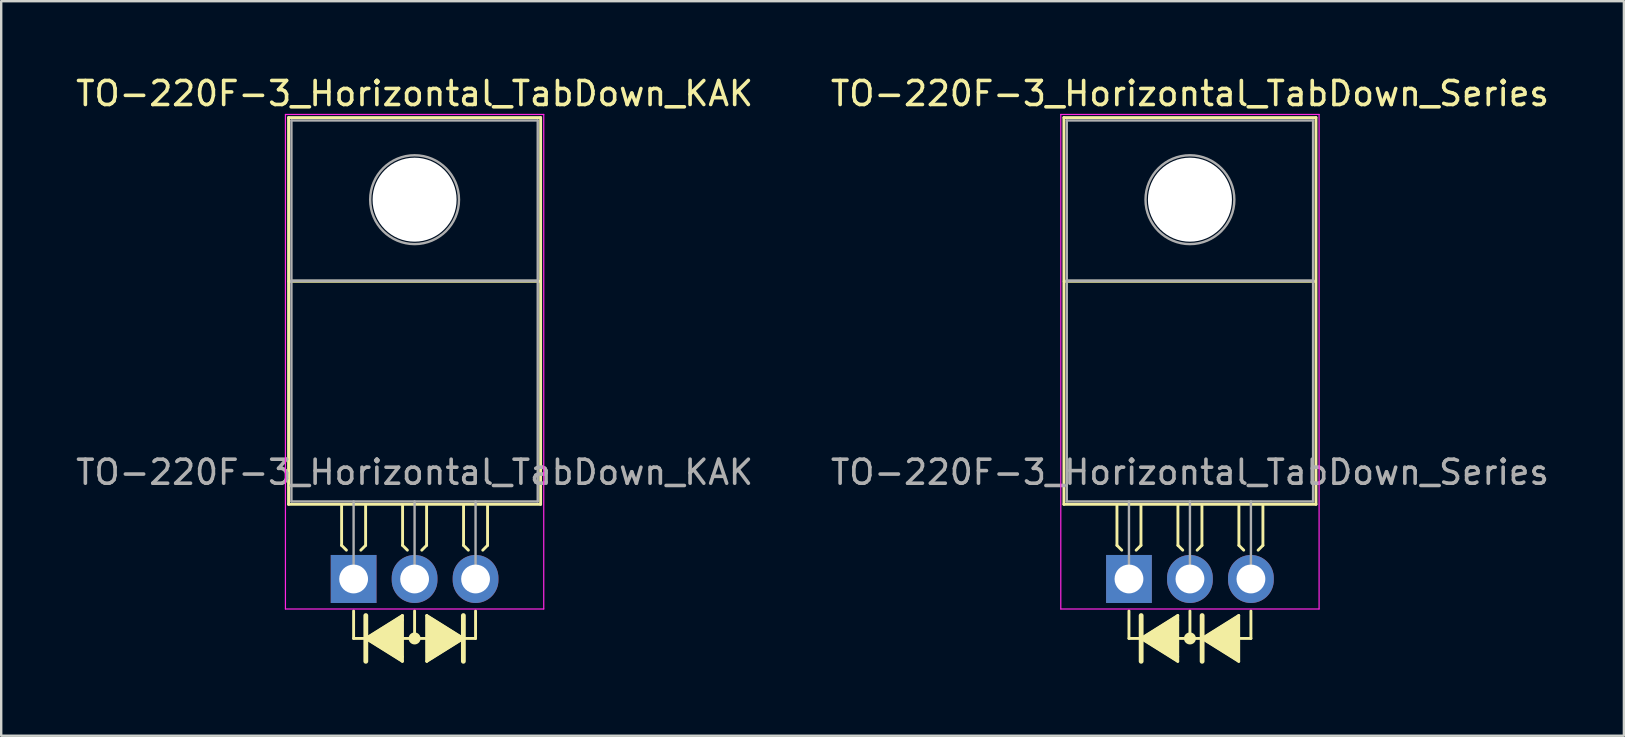
<source format=kicad_pcb>
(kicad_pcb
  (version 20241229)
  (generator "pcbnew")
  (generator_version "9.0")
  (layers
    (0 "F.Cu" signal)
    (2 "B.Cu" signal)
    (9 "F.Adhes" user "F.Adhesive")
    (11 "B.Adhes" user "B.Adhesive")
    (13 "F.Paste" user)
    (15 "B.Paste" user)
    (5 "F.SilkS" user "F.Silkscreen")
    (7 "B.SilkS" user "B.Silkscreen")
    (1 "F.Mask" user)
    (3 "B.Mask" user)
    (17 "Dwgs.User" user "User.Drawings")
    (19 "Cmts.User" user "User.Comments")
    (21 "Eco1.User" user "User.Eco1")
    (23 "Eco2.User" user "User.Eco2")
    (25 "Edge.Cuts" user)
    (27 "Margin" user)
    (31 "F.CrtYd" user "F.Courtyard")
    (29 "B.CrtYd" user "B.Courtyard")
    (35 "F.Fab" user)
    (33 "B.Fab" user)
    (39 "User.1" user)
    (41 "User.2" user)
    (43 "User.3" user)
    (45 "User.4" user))
  (footprint "TO-220F-3_Horizontal_TabDown_Series"
    (layer "F.Cu")
    (at 43.978 21.068)
    (property "Reference" "TO-220F-3_Horizontal_TabDown_Series" (at 2.54 -20.22 0) (layer "F.SilkS") (effects (font (size 1 1) (thickness 0.15))))
    (attr through_hole)
    (fp_line (start -2.71 -19.22) (end -2.71 -3.11) (stroke (width 0.12) (type solid)) (layer "F.SilkS"))
    (fp_line (start -2.71 -19.22) (end 7.79 -19.22) (stroke (width 0.12) (type solid)) (layer "F.SilkS"))
    (fp_line (start -2.71 -3.11) (end 7.79 -3.11) (stroke (width 0.12) (type solid)) (layer "F.SilkS"))
    (fp_line (start -2.7 -12.4) (end 7.75 -12.4) (stroke (width 0.12) (type solid)) (layer "F.SilkS"))
    (fp_line (start -0.5 -3.048) (end -0.5 -1.4) (stroke (width 0.12) (type solid)) (layer "F.SilkS"))
    (fp_line (start -0.5 -1.4) (end -0.3 -1.2) (stroke (width 0.12) (type solid)) (layer "F.SilkS"))
    (fp_line (start 0 1.333) (end 0 2.477) (stroke (width 0.12) (type solid)) (layer "F.SilkS"))
    (fp_line (start 0 2.477) (end 0.508 2.477) (stroke (width 0.12) (type solid)) (layer "F.SilkS"))
    (fp_line (start 0.5 -3.048) (end 0.5 -1.4) (stroke (width 0.12) (type solid)) (layer "F.SilkS"))
    (fp_line (start 0.5 -1.4) (end 0.3 -1.2) (stroke (width 0.12) (type solid)) (layer "F.SilkS"))
    (fp_line (start 0.508 1.524) (end 0.508 3.429) (stroke (width 0.2) (type solid)) (layer "F.SilkS"))
    (fp_line (start 0.508 2.477) (end 2.032 1.524) (stroke (width 0.12) (type solid)) (layer "F.SilkS"))
    (fp_line (start 0.508 2.477) (end 2.032 3.429) (stroke (width 0.12) (type solid)) (layer "F.SilkS"))
    (fp_line (start 2.032 1.714) (end 2.032 1.524) (stroke (width 0.12) (type solid)) (layer "F.SilkS"))
    (fp_line (start 2.032 3.239) (end 2.032 1.714) (stroke (width 0.12) (type solid)) (layer "F.SilkS"))
    (fp_line (start 2.032 3.239) (end 2.032 3.429) (stroke (width 0.12) (type solid)) (layer "F.SilkS"))
    (fp_line (start 2.04 -3.048) (end 2.04 -1.4) (stroke (width 0.12) (type solid)) (layer "F.SilkS"))
    (fp_line (start 2.04 -1.4) (end 2.24 -1.2) (stroke (width 0.12) (type solid)) (layer "F.SilkS"))
    (fp_line (start 2.54 1.333) (end 2.54 2.477) (stroke (width 0.12) (type solid)) (layer "F.SilkS"))
    (fp_line (start 2.54 2.477) (end 2.032 2.477) (stroke (width 0.12) (type solid)) (layer "F.SilkS"))
    (fp_line (start 2.54 2.477) (end 3.048 2.477) (stroke (width 0.12) (type solid)) (layer "F.SilkS"))
    (fp_line (start 3.04 -3.048) (end 3.04 -1.4) (stroke (width 0.12) (type solid)) (layer "F.SilkS"))
    (fp_line (start 3.04 -1.4) (end 2.84 -1.2) (stroke (width 0.12) (type solid)) (layer "F.SilkS"))
    (fp_line (start 3.048 1.524) (end 3.048 3.429) (stroke (width 0.2) (type solid)) (layer "F.SilkS"))
    (fp_line (start 3.048 2.477) (end 4.572 3.429) (stroke (width 0.12) (type solid)) (layer "F.SilkS"))
    (fp_line (start 4.572 1.524) (end 3.048 2.477) (stroke (width 0.12) (type solid)) (layer "F.SilkS"))
    (fp_line (start 4.572 3.429) (end 4.572 1.524) (stroke (width 0.12) (type solid)) (layer "F.SilkS"))
    (fp_line (start 4.58 -3.048) (end 4.58 -1.4) (stroke (width 0.12) (type solid)) (layer "F.SilkS"))
    (fp_line (start 4.58 -1.4) (end 4.78 -1.2) (stroke (width 0.12) (type solid)) (layer "F.SilkS"))
    (fp_line (start 5.08 1.333) (end 5.08 2.477) (stroke (width 0.12) (type solid)) (layer "F.SilkS"))
    (fp_line (start 5.08 2.477) (end 4.572 2.477) (stroke (width 0.12) (type solid)) (layer "F.SilkS"))
    (fp_line (start 5.58 -3.048) (end 5.58 -1.4) (stroke (width 0.12) (type solid)) (layer "F.SilkS"))
    (fp_line (start 5.58 -1.4) (end 5.38 -1.2) (stroke (width 0.12) (type solid)) (layer "F.SilkS"))
    (fp_line (start 7.79 -19.22) (end 7.79 -3.11) (stroke (width 0.12) (type solid)) (layer "F.SilkS"))
    (fp_circle (center 2.54 2.477) (end 2.54 2.54) (stroke (width 0.12) (type solid)) (fill no) (layer "F.SilkS"))
    (fp_circle (center 2.54 2.477) (end 2.54 2.603) (stroke (width 0.12) (type solid)) (fill no) (layer "F.SilkS"))
    (fp_circle (center 2.54 2.477) (end 2.54 2.667) (stroke (width 0.12) (type solid)) (fill no) (layer "F.SilkS"))
    (fp_poly (pts (xy 0.508 2.477) (xy 2.032 1.524) (xy 2.032 3.429)) (stroke (width 0.1) (type solid)) (fill yes) (layer "F.SilkS"))
    (fp_poly (pts (xy 4.572 3.429) (xy 3.048 2.477) (xy 4.572 1.524)) (stroke (width 0.1) (type solid)) (fill yes) (layer "F.SilkS"))
    (fp_line (start -2.84 -19.35) (end -2.84 1.25) (stroke (width 0.05) (type solid)) (layer "F.CrtYd"))
    (fp_line (start -2.84 1.25) (end 7.92 1.25) (stroke (width 0.05) (type solid)) (layer "F.CrtYd"))
    (fp_line (start 7.92 -19.35) (end -2.84 -19.35) (stroke (width 0.05) (type solid)) (layer "F.CrtYd"))
    (fp_line (start 7.92 1.25) (end 7.92 -19.35) (stroke (width 0.05) (type solid)) (layer "F.CrtYd"))
    (fp_line (start -2.59 -19.1) (end 7.67 -19.1) (stroke (width 0.1) (type solid)) (layer "F.Fab"))
    (fp_line (start -2.59 -12.42) (end -2.59 -19.1) (stroke (width 0.1) (type solid)) (layer "F.Fab"))
    (fp_line (start -2.59 -12.42) (end 7.67 -12.42) (stroke (width 0.1) (type solid)) (layer "F.Fab"))
    (fp_line (start -2.59 -3.23) (end -2.59 -12.42) (stroke (width 0.1) (type solid)) (layer "F.Fab"))
    (fp_line (start 0 -3.23) (end 0 0) (stroke (width 0.1) (type solid)) (layer "F.Fab"))
    (fp_line (start 2.54 -3.23) (end 2.54 0) (stroke (width 0.1) (type solid)) (layer "F.Fab"))
    (fp_line (start 5.08 -3.23) (end 5.08 0) (stroke (width 0.1) (type solid)) (layer "F.Fab"))
    (fp_line (start 7.67 -19.1) (end 7.67 -12.42) (stroke (width 0.1) (type solid)) (layer "F.Fab"))
    (fp_line (start 7.67 -12.42) (end -2.59 -12.42) (stroke (width 0.1) (type solid)) (layer "F.Fab"))
    (fp_line (start 7.67 -12.42) (end 7.67 -3.23) (stroke (width 0.1) (type solid)) (layer "F.Fab"))
    (fp_line (start 7.67 -3.23) (end -2.59 -3.23) (stroke (width 0.1) (type solid)) (layer "F.Fab"))
    (fp_circle (center 2.54 -15.8) (end 4.39 -15.8) (stroke (width 0.1) (type solid)) (fill no) (layer "F.Fab"))
    (fp_text user "${REFERENCE}" (at 2.54 -4.445 0) (layer "F.Fab") (effects (font (size 1 1) (thickness 0.15))))
    (pad "" np_thru_hole oval (at 2.54 -15.8) (size 3.5 3.5) (drill 3.5) (layers "*.Cu" "*.Mask"))
    (pad "1" thru_hole rect (at 0 0) (size 1.905 2) (drill 1.2) (layers "*.Cu" "*.Mask"))
    (pad "2" thru_hole oval (at 2.54 0) (size 1.905 2) (drill 1.2) (layers "*.Cu" "*.Mask"))
    (pad "3" thru_hole oval (at 5.08 0) (size 1.905 2) (drill 1.2) (layers "*.Cu" "*.Mask")))
  (footprint "TO-220F-3_Horizontal_TabDown_KAK"
    (layer "F.Cu")
    (at 11.68 21.068)
    (property "Reference" "TO-220F-3_Horizontal_TabDown_KAK" (at 2.54 -20.22 0) (layer "F.SilkS") (effects (font (size 1 1) (thickness 0.15))))
    (attr through_hole)
    (fp_line (start -2.71 -19.22) (end -2.71 -3.11) (stroke (width 0.12) (type solid)) (layer "F.SilkS"))
    (fp_line (start -2.71 -19.22) (end 7.79 -19.22) (stroke (width 0.12) (type solid)) (layer "F.SilkS"))
    (fp_line (start -2.71 -3.11) (end 7.79 -3.11) (stroke (width 0.12) (type solid)) (layer "F.SilkS"))
    (fp_line (start -2.7 -12.4) (end 7.75 -12.4) (stroke (width 0.12) (type solid)) (layer "F.SilkS"))
    (fp_line (start -0.5 -3.048) (end -0.5 -1.4) (stroke (width 0.12) (type solid)) (layer "F.SilkS"))
    (fp_line (start -0.5 -1.4) (end -0.3 -1.2) (stroke (width 0.12) (type solid)) (layer "F.SilkS"))
    (fp_line (start 0 1.333) (end 0 2.477) (stroke (width 0.12) (type solid)) (layer "F.SilkS"))
    (fp_line (start 0 2.477) (end 0.508 2.477) (stroke (width 0.12) (type solid)) (layer "F.SilkS"))
    (fp_line (start 0.5 -3.048) (end 0.5 -1.4) (stroke (width 0.12) (type solid)) (layer "F.SilkS"))
    (fp_line (start 0.5 -1.4) (end 0.3 -1.2) (stroke (width 0.12) (type solid)) (layer "F.SilkS"))
    (fp_line (start 0.508 1.524) (end 0.508 3.429) (stroke (width 0.2) (type solid)) (layer "F.SilkS"))
    (fp_line (start 0.508 2.477) (end 2.032 1.524) (stroke (width 0.12) (type solid)) (layer "F.SilkS"))
    (fp_line (start 0.508 2.477) (end 2.032 3.429) (stroke (width 0.12) (type solid)) (layer "F.SilkS"))
    (fp_line (start 2.032 1.714) (end 2.032 1.524) (stroke (width 0.12) (type solid)) (layer "F.SilkS"))
    (fp_line (start 2.032 3.239) (end 2.032 1.714) (stroke (width 0.12) (type solid)) (layer "F.SilkS"))
    (fp_line (start 2.032 3.239) (end 2.032 3.429) (stroke (width 0.12) (type solid)) (layer "F.SilkS"))
    (fp_line (start 2.04 -3.048) (end 2.04 -1.4) (stroke (width 0.12) (type solid)) (layer "F.SilkS"))
    (fp_line (start 2.04 -1.4) (end 2.24 -1.2) (stroke (width 0.12) (type solid)) (layer "F.SilkS"))
    (fp_line (start 2.54 1.333) (end 2.54 2.477) (stroke (width 0.12) (type solid)) (layer "F.SilkS"))
    (fp_line (start 2.54 2.477) (end 2.032 2.477) (stroke (width 0.12) (type solid)) (layer "F.SilkS"))
    (fp_line (start 2.54 2.477) (end 3.048 2.477) (stroke (width 0.12) (type solid)) (layer "F.SilkS"))
    (fp_line (start 3.04 -3.048) (end 3.04 -1.4) (stroke (width 0.12) (type solid)) (layer "F.SilkS"))
    (fp_line (start 3.04 -1.4) (end 2.84 -1.2) (stroke (width 0.12) (type solid)) (layer "F.SilkS"))
    (fp_line (start 3.048 1.524) (end 3.048 3.429) (stroke (width 0.12) (type solid)) (layer "F.SilkS"))
    (fp_line (start 3.048 3.429) (end 4.572 2.477) (stroke (width 0.12) (type solid)) (layer "F.SilkS"))
    (fp_line (start 4.572 2.477) (end 3.048 1.524) (stroke (width 0.12) (type solid)) (layer "F.SilkS"))
    (fp_line (start 4.572 3.429) (end 4.572 1.524) (stroke (width 0.2) (type solid)) (layer "F.SilkS"))
    (fp_line (start 4.58 -3.048) (end 4.58 -1.4) (stroke (width 0.12) (type solid)) (layer "F.SilkS"))
    (fp_line (start 4.58 -1.4) (end 4.78 -1.2) (stroke (width 0.12) (type solid)) (layer "F.SilkS"))
    (fp_line (start 5.08 1.333) (end 5.08 2.477) (stroke (width 0.12) (type solid)) (layer "F.SilkS"))
    (fp_line (start 5.08 2.477) (end 4.572 2.477) (stroke (width 0.12) (type solid)) (layer "F.SilkS"))
    (fp_line (start 5.58 -3.048) (end 5.58 -1.4) (stroke (width 0.12) (type solid)) (layer "F.SilkS"))
    (fp_line (start 5.58 -1.4) (end 5.38 -1.2) (stroke (width 0.12) (type solid)) (layer "F.SilkS"))
    (fp_line (start 7.79 -19.22) (end 7.79 -3.11) (stroke (width 0.12) (type solid)) (layer "F.SilkS"))
    (fp_circle (center 2.54 2.477) (end 2.54 2.54) (stroke (width 0.12) (type solid)) (fill no) (layer "F.SilkS"))
    (fp_circle (center 2.54 2.477) (end 2.54 2.603) (stroke (width 0.12) (type solid)) (fill no) (layer "F.SilkS"))
    (fp_circle (center 2.54 2.477) (end 2.54 2.667) (stroke (width 0.12) (type solid)) (fill no) (layer "F.SilkS"))
    (fp_poly (pts (xy 0.508 2.477) (xy 2.032 1.524) (xy 2.032 3.429)) (stroke (width 0.1) (type solid)) (fill yes) (layer "F.SilkS"))
    (fp_poly (pts (xy 3.048 1.524) (xy 4.572 2.477) (xy 3.048 3.429)) (stroke (width 0.1) (type solid)) (fill yes) (layer "F.SilkS"))
    (fp_line (start -2.84 -19.35) (end -2.84 1.25) (stroke (width 0.05) (type solid)) (layer "F.CrtYd"))
    (fp_line (start -2.84 1.25) (end 7.92 1.25) (stroke (width 0.05) (type solid)) (layer "F.CrtYd"))
    (fp_line (start 7.92 -19.35) (end -2.84 -19.35) (stroke (width 0.05) (type solid)) (layer "F.CrtYd"))
    (fp_line (start 7.92 1.25) (end 7.92 -19.35) (stroke (width 0.05) (type solid)) (layer "F.CrtYd"))
    (fp_line (start -2.59 -19.1) (end 7.67 -19.1) (stroke (width 0.1) (type solid)) (layer "F.Fab"))
    (fp_line (start -2.59 -12.42) (end -2.59 -19.1) (stroke (width 0.1) (type solid)) (layer "F.Fab"))
    (fp_line (start -2.59 -12.42) (end 7.67 -12.42) (stroke (width 0.1) (type solid)) (layer "F.Fab"))
    (fp_line (start -2.59 -3.23) (end -2.59 -12.42) (stroke (width 0.1) (type solid)) (layer "F.Fab"))
    (fp_line (start 0 -3.23) (end 0 0) (stroke (width 0.1) (type solid)) (layer "F.Fab"))
    (fp_line (start 2.54 -3.23) (end 2.54 0) (stroke (width 0.1) (type solid)) (layer "F.Fab"))
    (fp_line (start 5.08 -3.23) (end 5.08 0) (stroke (width 0.1) (type solid)) (layer "F.Fab"))
    (fp_line (start 7.67 -19.1) (end 7.67 -12.42) (stroke (width 0.1) (type solid)) (layer "F.Fab"))
    (fp_line (start 7.67 -12.42) (end -2.59 -12.42) (stroke (width 0.1) (type solid)) (layer "F.Fab"))
    (fp_line (start 7.67 -12.42) (end 7.67 -3.23) (stroke (width 0.1) (type solid)) (layer "F.Fab"))
    (fp_line (start 7.67 -3.23) (end -2.59 -3.23) (stroke (width 0.1) (type solid)) (layer "F.Fab"))
    (fp_circle (center 2.54 -15.8) (end 4.39 -15.8) (stroke (width 0.1) (type solid)) (fill no) (layer "F.Fab"))
    (fp_text user "${REFERENCE}" (at 2.54 -4.445 0) (layer "F.Fab") (effects (font (size 1 1) (thickness 0.15))))
    (pad "" np_thru_hole oval (at 2.54 -15.8) (size 3.5 3.5) (drill 3.5) (layers "*.Cu" "*.Mask"))
    (pad "1" thru_hole rect (at 0 0) (size 1.905 2) (drill 1.2) (layers "*.Cu" "*.Mask"))
    (pad "2" thru_hole oval (at 2.54 0) (size 1.905 2) (drill 1.2) (layers "*.Cu" "*.Mask"))
    (pad "3" thru_hole oval (at 5.08 0) (size 1.905 2) (drill 1.2) (layers "*.Cu" "*.Mask")))
  (gr_rect
    (start -3 -3)
    (end 64.595 27.597)
    (stroke (width 0.1) (type default))
    (fill no)
    (layer "Edge.Cuts")))
</source>
